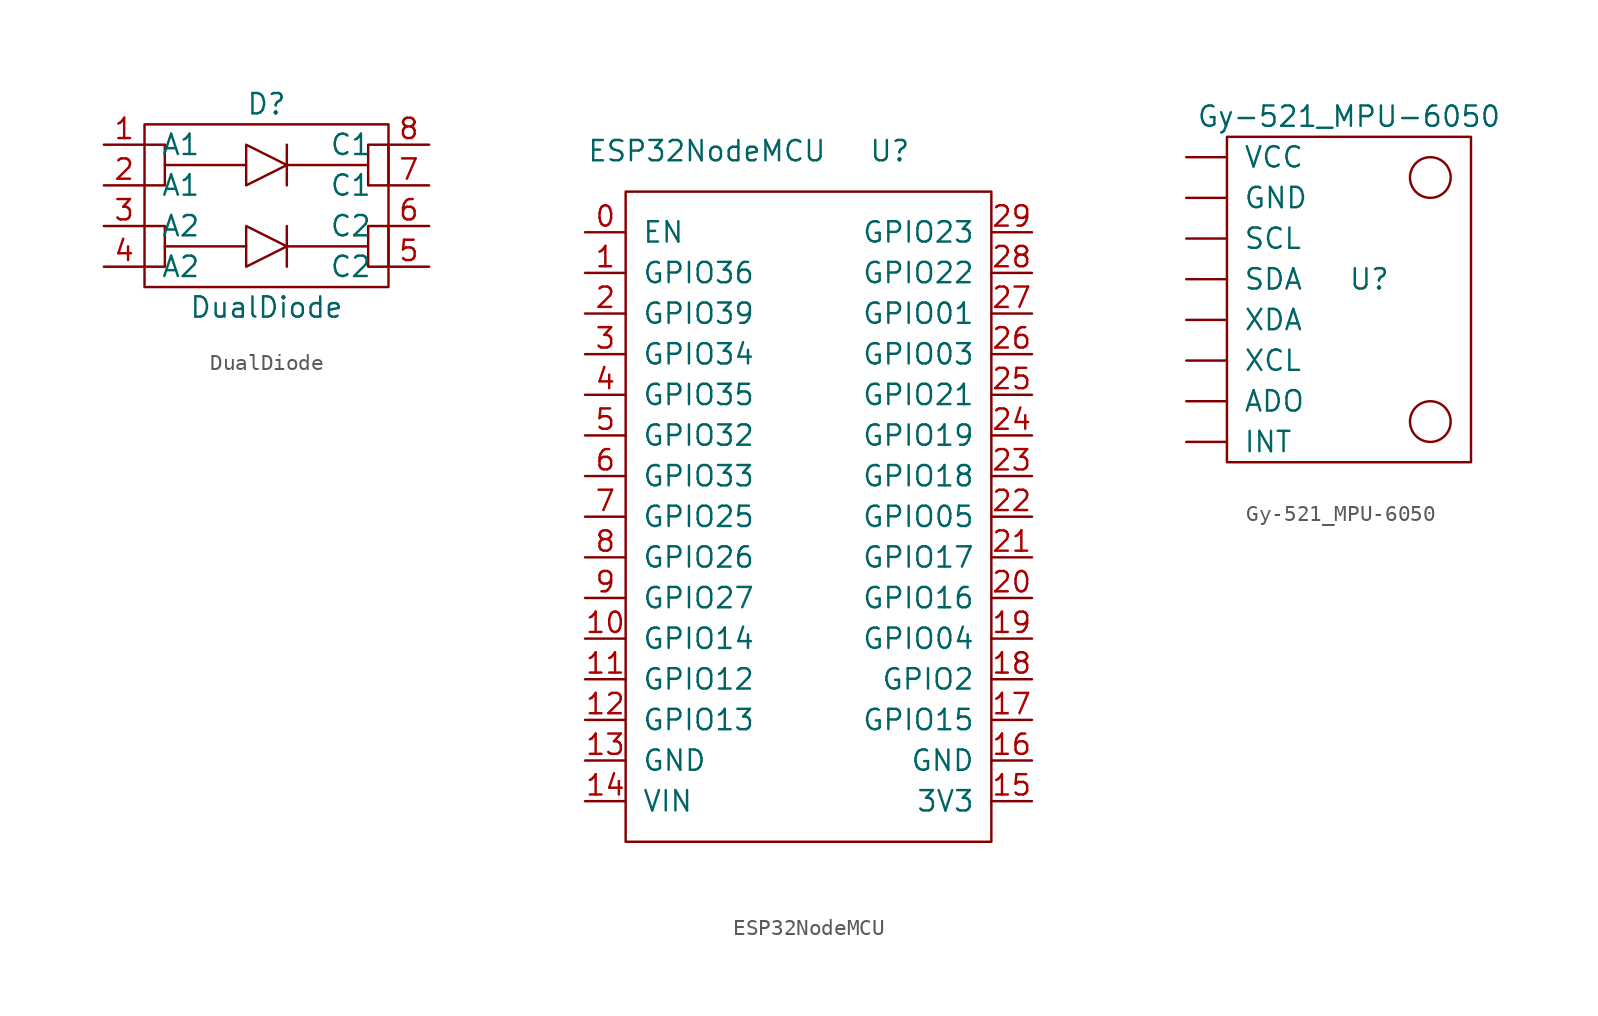
<source format=kicad_sym>
(kicad_symbol_lib
  (version 20211014)
  (generator kicad_symbol_editor)
  (symbol "DualDiode"
    (pin_names
      (offset 1.016))
    (property "Reference" "D"
      (at 0 6.35 0)
      (effects (font (size 1.27 1.27))))
    (property "Value" "DualDiode"
      (at 0 -6.35 0)
      (effects (font (size 1.27 1.27))))
    (symbol "DualDiode_0_1"
      (rectangle (start -7.62 5.08) (end 7.62 -5.08) (stroke (width 0) (type default) (color 0 0 0 0)) (fill (type none)))
      (polyline (pts (xy -6.35 -2.54) (xy -1.27 -2.54)) (stroke (width 0) (type default) (color 0 0 0 0)) (fill (type none)))
      (polyline (pts (xy -6.35 2.54) (xy -1.27 2.54)) (stroke (width 0) (type default) (color 0 0 0 0)) (fill (type none)))
      (polyline (pts (xy 1.27 -1.27) (xy 1.27 -3.81)) (stroke (width 0) (type default) (color 0 0 0 0)) (fill (type none)))
      (polyline (pts (xy 1.27 3.81) (xy 1.27 1.27)) (stroke (width 0) (type default) (color 0 0 0 0)) (fill (type none)))
      (polyline (pts (xy -7.62 -1.27) (xy -6.35 -1.27) (xy -6.35 -3.81) (xy -7.62 -3.81)) (stroke (width 0) (type default) (color 0 0 0 0)) (fill (type none)))
      (polyline (pts (xy -7.62 3.81) (xy -6.35 3.81) (xy -6.35 1.27) (xy -7.62 1.27)) (stroke (width 0) (type default) (color 0 0 0 0)) (fill (type none)))
      (polyline (pts (xy 1.27 -2.54) (xy -1.27 -1.27) (xy -1.27 -3.81) (xy 1.27 -2.54)) (stroke (width 0) (type default) (color 0 0 0 0)) (fill (type none)))
      (polyline (pts (xy 1.27 2.54) (xy -1.27 3.81) (xy -1.27 1.27) (xy 1.27 2.54)) (stroke (width 0) (type default) (color 0 0 0 0)) (fill (type none)))
      (polyline (pts (xy 1.27 -2.54) (xy 6.35 -2.54) (xy 6.35 -1.27) (xy 7.62 -1.27) (xy 7.62 -3.81) (xy 6.35 -3.81) (xy 6.35 -2.54)) (stroke (width 0) (type default) (color 0 0 0 0)) (fill (type none)))
      (polyline (pts (xy 1.27 2.54) (xy 6.35 2.54) (xy 6.35 3.81) (xy 7.62 3.81) (xy 7.62 1.27) (xy 6.35 1.27) (xy 6.35 2.54)) (stroke (width 0) (type default) (color 0 0 0 0)) (fill (type none))))
    (symbol "DualDiode_1_1"
      (pin input line (at -10.16 3.81 0) (length 2.54) (name "A1" (effects (font (size 1.27 1.27)))) (number "1" (effects (font (size 1.27 1.27)))))
      (pin input line (at -10.16 1.27 0) (length 2.54) (name "A1" (effects (font (size 1.27 1.27)))) (number "2" (effects (font (size 1.27 1.27)))))
      (pin input line (at -10.16 -1.27 0) (length 2.54) (name "A2" (effects (font (size 1.27 1.27)))) (number "3" (effects (font (size 1.27 1.27)))))
      (pin input line (at -10.16 -3.81 0) (length 2.54) (name "A2" (effects (font (size 1.27 1.27)))) (number "4" (effects (font (size 1.27 1.27)))))
      (pin input line (at 10.16 -3.81 180) (length 2.54) (name "C2" (effects (font (size 1.27 1.27)))) (number "5" (effects (font (size 1.27 1.27)))))
      (pin input line (at 10.16 -1.27 180) (length 2.54) (name "C2" (effects (font (size 1.27 1.27)))) (number "6" (effects (font (size 1.27 1.27)))))
      (pin input line (at 10.16 1.27 180) (length 2.54) (name "C1" (effects (font (size 1.27 1.27)))) (number "7" (effects (font (size 1.27 1.27)))))
      (pin input line (at 10.16 3.81 180) (length 2.54) (name "C1" (effects (font (size 1.27 1.27)))) (number "8" (effects (font (size 1.27 1.27)))))))
  (symbol "ESP32NodeMCU"
    (pin_names
      (offset 1.016))
    (property "Reference" "U"
      (at 5.08 16.51 0)
      (effects (font (size 1.27 1.27))))
    (property "Value" "ESP32NodeMCU"
      (at -6.35 16.51 0)
      (effects (font (size 1.27 1.27))))
    (symbol "ESP32NodeMCU_0_1"
      (rectangle (start -11.43 13.97) (end 11.43 -26.67) (stroke (width 0) (type default) (color 0 0 0 0)) (fill (type none))))
    (symbol "ESP32NodeMCU_1_1"
      (pin input line (at -13.97 11.43 0) (length 2.54) (name "EN" (effects (font (size 1.27 1.27)))) (number "0" (effects (font (size 1.27 1.27)))))
      (pin input line (at -13.97 8.89 0) (length 2.54) (name "GPIO36" (effects (font (size 1.27 1.27)))) (number "1" (effects (font (size 1.27 1.27)))))
      (pin bidirectional line (at -13.97 -13.97 0) (length 2.54) (name "GPIO14" (effects (font (size 1.27 1.27)))) (number "10" (effects (font (size 1.27 1.27)))))
      (pin bidirectional line (at -13.97 -16.51 0) (length 2.54) (name "GPIO12" (effects (font (size 1.27 1.27)))) (number "11" (effects (font (size 1.27 1.27)))))
      (pin bidirectional line (at -13.97 -19.05 0) (length 2.54) (name "GPIO13" (effects (font (size 1.27 1.27)))) (number "12" (effects (font (size 1.27 1.27)))))
      (pin power_in line (at -13.97 -21.59 0) (length 2.54) (name "GND" (effects (font (size 1.27 1.27)))) (number "13" (effects (font (size 1.27 1.27)))))
      (pin power_in line (at -13.97 -24.13 0) (length 2.54) (name "VIN" (effects (font (size 1.27 1.27)))) (number "14" (effects (font (size 1.27 1.27)))))
      (pin power_in line (at 13.97 -24.13 180) (length 2.54) (name "3V3" (effects (font (size 1.27 1.27)))) (number "15" (effects (font (size 1.27 1.27)))))
      (pin power_in line (at 13.97 -21.59 180) (length 2.54) (name "GND" (effects (font (size 1.27 1.27)))) (number "16" (effects (font (size 1.27 1.27)))))
      (pin bidirectional line (at 13.97 -19.05 180) (length 2.54) (name "GPIO15" (effects (font (size 1.27 1.27)))) (number "17" (effects (font (size 1.27 1.27)))))
      (pin bidirectional line (at 13.97 -16.51 180) (length 2.54) (name "GPIO2" (effects (font (size 1.27 1.27)))) (number "18" (effects (font (size 1.27 1.27)))))
      (pin bidirectional line (at 13.97 -13.97 180) (length 2.54) (name "GPIO04" (effects (font (size 1.27 1.27)))) (number "19" (effects (font (size 1.27 1.27)))))
      (pin input line (at -13.97 6.35 0) (length 2.54) (name "GPIO39" (effects (font (size 1.27 1.27)))) (number "2" (effects (font (size 1.27 1.27)))))
      (pin bidirectional line (at 13.97 -11.43 180) (length 2.54) (name "GPIO16" (effects (font (size 1.27 1.27)))) (number "20" (effects (font (size 1.27 1.27)))))
      (pin bidirectional line (at 13.97 -8.89 180) (length 2.54) (name "GPIO17" (effects (font (size 1.27 1.27)))) (number "21" (effects (font (size 1.27 1.27)))))
      (pin bidirectional line (at 13.97 -6.35 180) (length 2.54) (name "GPIO05" (effects (font (size 1.27 1.27)))) (number "22" (effects (font (size 1.27 1.27)))))
      (pin bidirectional line (at 13.97 -3.81 180) (length 2.54) (name "GPIO18" (effects (font (size 1.27 1.27)))) (number "23" (effects (font (size 1.27 1.27)))))
      (pin bidirectional line (at 13.97 -1.27 180) (length 2.54) (name "GPIO19" (effects (font (size 1.27 1.27)))) (number "24" (effects (font (size 1.27 1.27)))))
      (pin bidirectional line (at 13.97 1.27 180) (length 2.54) (name "GPIO21" (effects (font (size 1.27 1.27)))) (number "25" (effects (font (size 1.27 1.27)))))
      (pin bidirectional line (at 13.97 3.81 180) (length 2.54) (name "GPIO03" (effects (font (size 1.27 1.27)))) (number "26" (effects (font (size 1.27 1.27)))))
      (pin bidirectional line (at 13.97 6.35 180) (length 2.54) (name "GPIO01" (effects (font (size 1.27 1.27)))) (number "27" (effects (font (size 1.27 1.27)))))
      (pin bidirectional line (at 13.97 8.89 180) (length 2.54) (name "GPIO22" (effects (font (size 1.27 1.27)))) (number "28" (effects (font (size 1.27 1.27)))))
      (pin bidirectional line (at 13.97 11.43 180) (length 2.54) (name "GPIO23" (effects (font (size 1.27 1.27)))) (number "29" (effects (font (size 1.27 1.27)))))
      (pin input line (at -13.97 3.81 0) (length 2.54) (name "GPIO34" (effects (font (size 1.27 1.27)))) (number "3" (effects (font (size 1.27 1.27)))))
      (pin input line (at -13.97 1.27 0) (length 2.54) (name "GPIO35" (effects (font (size 1.27 1.27)))) (number "4" (effects (font (size 1.27 1.27)))))
      (pin bidirectional line (at -13.97 -1.27 0) (length 2.54) (name "GPIO32" (effects (font (size 1.27 1.27)))) (number "5" (effects (font (size 1.27 1.27)))))
      (pin bidirectional line (at -13.97 -3.81 0) (length 2.54) (name "GPIO33" (effects (font (size 1.27 1.27)))) (number "6" (effects (font (size 1.27 1.27)))))
      (pin bidirectional line (at -13.97 -6.35 0) (length 2.54) (name "GPIO25" (effects (font (size 1.27 1.27)))) (number "7" (effects (font (size 1.27 1.27)))))
      (pin bidirectional line (at -13.97 -8.89 0) (length 2.54) (name "GPIO26" (effects (font (size 1.27 1.27)))) (number "8" (effects (font (size 1.27 1.27)))))
      (pin bidirectional line (at -13.97 -11.43 0) (length 2.54) (name "GPIO27" (effects (font (size 1.27 1.27)))) (number "9" (effects (font (size 1.27 1.27)))))))
  (symbol "Gy-521_MPU-6050"
    (pin_names
      (offset 1.016))
    (property "Reference" "U"
      (at 1.27 1.27 0)
      (effects (font (size 1.27 1.27))))
    (property "Value" "Gy-521_MPU-6050"
      (at 0 11.43 0)
      (effects (font (size 1.27 1.27))))
    (symbol "Gy-521_MPU-6050_0_1"
      (rectangle (start -7.62 10.16) (end 7.62 -10.16) (stroke (width 0) (type default) (color 0 0 0 0)) (fill (type none)))
      (circle (center 5.08 -7.62) (radius 1.27) (stroke (width 0) (type default) (color 0 0 0 0)) (fill (type none)))
      (circle (center 5.08 7.62) (radius 1.27) (stroke (width 0) (type default) (color 0 0 0 0)) (fill (type none))))
    (symbol "Gy-521_MPU-6050_1_1"
      (pin output line (at -10.16 -6.35 0) (length 2.54) (name "ADO" (effects (font (size 1.27 1.27)))) (number "~" (effects (font (size 1.27 1.27)))))
      (pin power_in line (at -10.16 6.35 0) (length 2.54) (name "GND" (effects (font (size 1.27 1.27)))) (number "~" (effects (font (size 1.27 1.27)))))
      (pin output line (at -10.16 -8.89 0) (length 2.54) (name "INT" (effects (font (size 1.27 1.27)))) (number "~" (effects (font (size 1.27 1.27)))))
      (pin bidirectional line (at -10.16 3.81 0) (length 2.54) (name "SCL" (effects (font (size 1.27 1.27)))) (number "~" (effects (font (size 1.27 1.27)))))
      (pin bidirectional line (at -10.16 1.27 0) (length 2.54) (name "SDA" (effects (font (size 1.27 1.27)))) (number "~" (effects (font (size 1.27 1.27)))))
      (pin power_in line (at -10.16 8.89 0) (length 2.54) (name "VCC" (effects (font (size 1.27 1.27)))) (number "~" (effects (font (size 1.27 1.27)))))
      (pin bidirectional line (at -10.16 -3.81 0) (length 2.54) (name "XCL" (effects (font (size 1.27 1.27)))) (number "~" (effects (font (size 1.27 1.27)))))
      (pin bidirectional line (at -10.16 -1.27 0) (length 2.54) (name "XDA" (effects (font (size 1.27 1.27)))) (number "~" (effects (font (size 1.27 1.27))))))))
</source>
